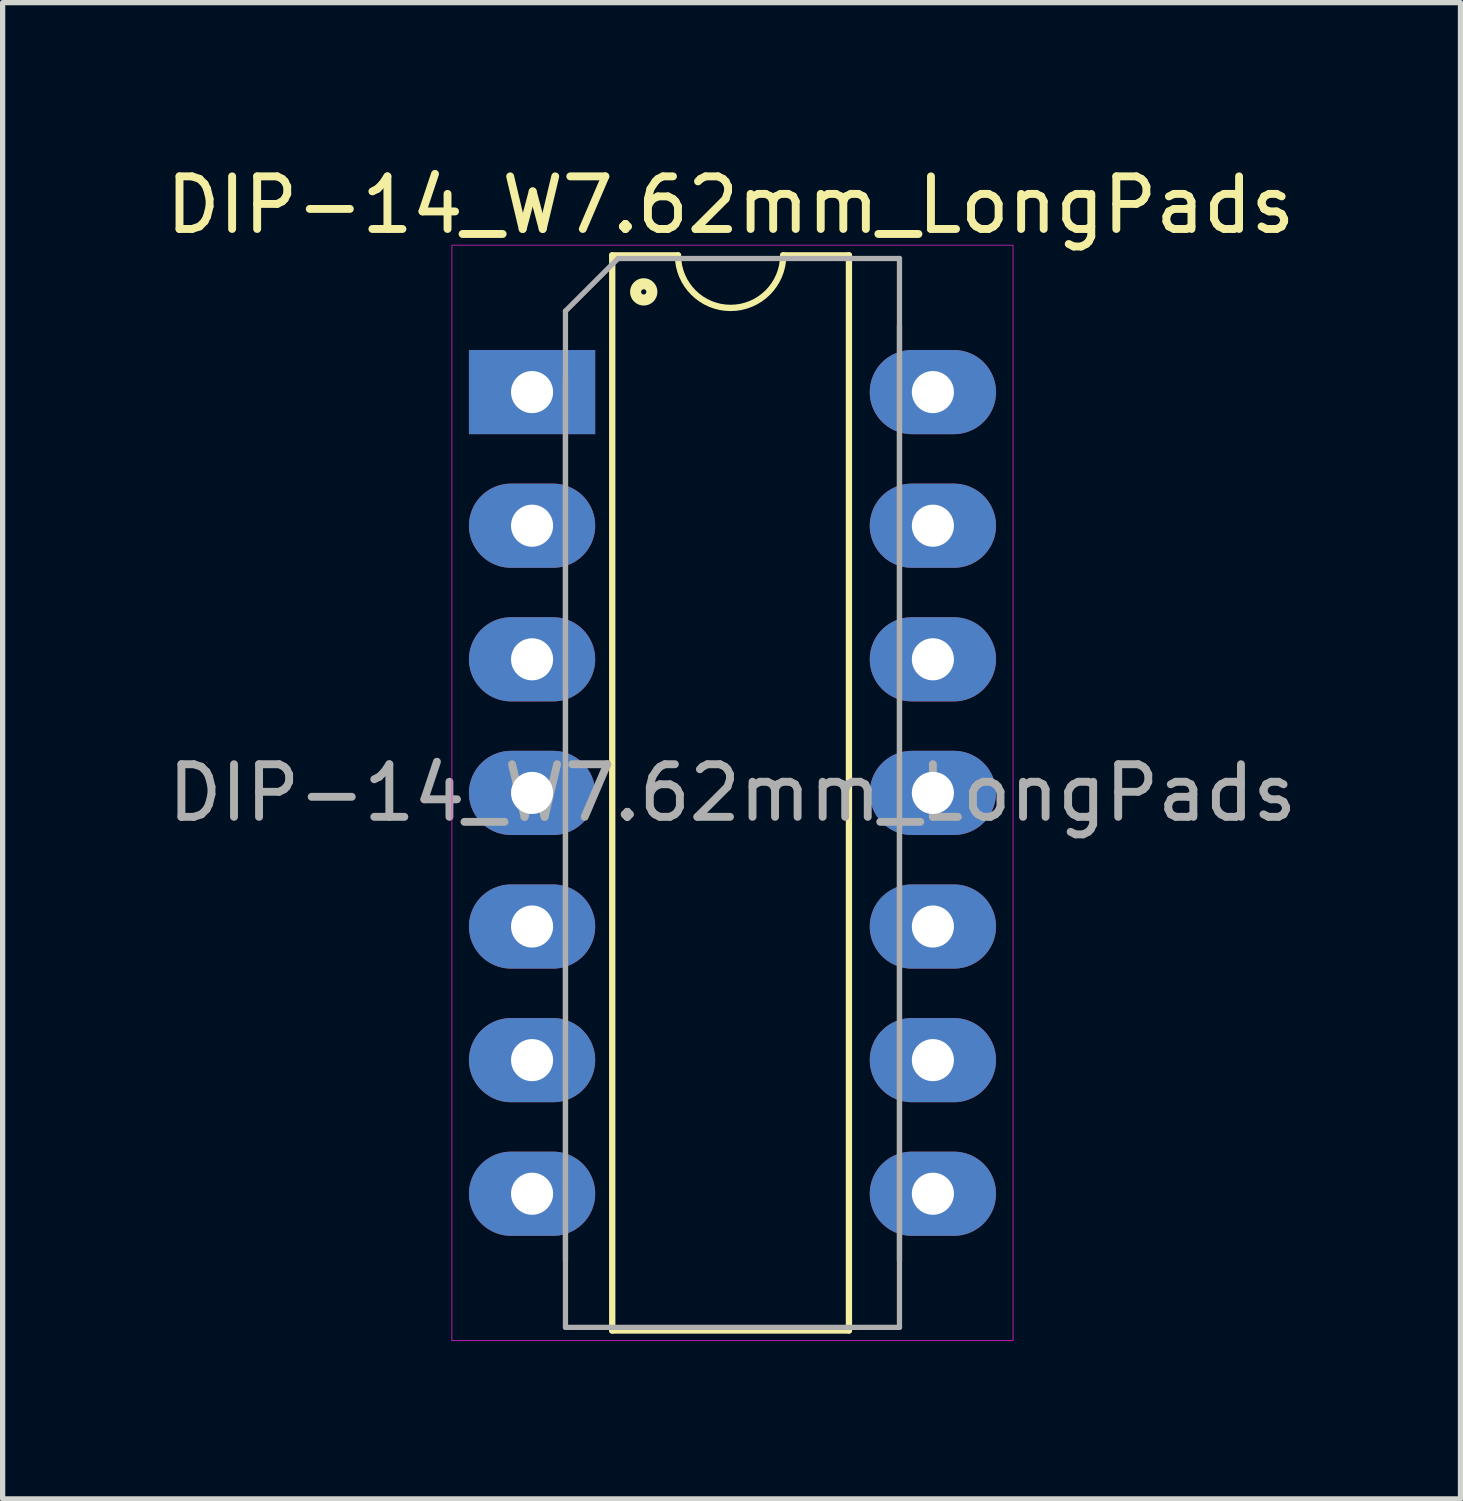
<source format=kicad_pcb>
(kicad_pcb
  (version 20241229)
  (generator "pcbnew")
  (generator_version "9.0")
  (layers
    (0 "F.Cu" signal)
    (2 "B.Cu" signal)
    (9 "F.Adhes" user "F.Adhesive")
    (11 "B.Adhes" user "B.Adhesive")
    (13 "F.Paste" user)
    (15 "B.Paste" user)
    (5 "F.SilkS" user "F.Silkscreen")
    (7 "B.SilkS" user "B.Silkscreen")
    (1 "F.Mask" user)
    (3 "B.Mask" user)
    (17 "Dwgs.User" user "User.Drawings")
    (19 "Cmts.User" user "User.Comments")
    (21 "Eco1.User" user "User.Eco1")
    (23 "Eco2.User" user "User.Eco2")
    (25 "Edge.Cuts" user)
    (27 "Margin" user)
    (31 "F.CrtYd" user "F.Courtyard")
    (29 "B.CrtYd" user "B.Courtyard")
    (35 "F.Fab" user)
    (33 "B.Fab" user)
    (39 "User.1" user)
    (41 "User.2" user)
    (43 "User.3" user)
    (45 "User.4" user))
  (footprint "DIP-14_W7.62mm_LongPads"
    (layer "F.Cu")
    (at 7.065 4.404)
    (property "Reference" "DIP-14_W7.62mm_LongPads" (at 3.774 -3.556 0) (layer "F.SilkS") (effects (font (size 1 1) (thickness 0.15))))
    (attr through_hole)
    (fp_line (start 1.524 -2.6) (end 1.524 17.84) (stroke (width 0.12) (type solid)) (layer "F.SilkS"))
    (fp_line (start 1.524 17.84) (end 6.024 17.84) (stroke (width 0.12) (type solid)) (layer "F.SilkS"))
    (fp_line (start 2.774 -2.6) (end 1.524 -2.6) (stroke (width 0.12) (type solid)) (layer "F.SilkS"))
    (fp_line (start 6.024 -2.6) (end 4.774 -2.6) (stroke (width 0.12) (type solid)) (layer "F.SilkS"))
    (fp_line (start 6.024 17.84) (end 6.024 -2.6) (stroke (width 0.12) (type solid)) (layer "F.SilkS"))
    (fp_arc (start 4.774 -2.6) (mid 3.774 -1.6) (end 2.774 -2.6) (stroke (width 0.12) (type solid)) (layer "F.SilkS"))
    (fp_circle (center 2.123 -1.905) (end 2.173 -1.905) (stroke (width 0.12) (type solid)) (fill no) (layer "F.SilkS"))
    (fp_circle (center 2.123 -1.905) (end 2.248 -1.905) (stroke (width 0.12) (type solid)) (fill no) (layer "F.SilkS"))
    (fp_circle (center 2.123 -1.905) (end 2.323 -1.905) (stroke (width 0.12) (type solid)) (fill no) (layer "F.SilkS"))
    (fp_rect (start -1.524 -2.794) (end 9.144 18.034) (stroke (width 0.013) (type solid)) (fill no) (layer "F.CrtYd"))
    (fp_line (start 0.635 -1.54) (end 1.635 -2.54) (stroke (width 0.1) (type solid)) (layer "F.Fab"))
    (fp_line (start 0.635 16.51) (end 0.635 -0.27) (stroke (width 0.1) (type solid)) (layer "F.Fab"))
    (fp_line (start 0.635 17.78) (end 0.635 -1.54) (stroke (width 0.1) (type solid)) (layer "F.Fab"))
    (fp_line (start 1.635 -2.54) (end 6.985 -2.54) (stroke (width 0.1) (type solid)) (layer "F.Fab"))
    (fp_line (start 6.985 -2.54) (end 6.985 17.78) (stroke (width 0.1) (type solid)) (layer "F.Fab"))
    (fp_line (start 6.985 -1.27) (end 6.985 16.51) (stroke (width 0.1) (type solid)) (layer "F.Fab"))
    (fp_line (start 6.985 17.78) (end 0.635 17.78) (stroke (width 0.1) (type solid)) (layer "F.Fab"))
    (fp_text user "${REFERENCE}" (at 3.81 7.62 0) (layer "F.Fab") (effects (font (size 1 1) (thickness 0.15))))
    (pad "1" thru_hole rect (at 0 0) (size 2.4 1.6) (drill 0.8) (layers "*.Cu" "*.Mask"))
    (pad "2" thru_hole oval (at 0 2.54) (size 2.4 1.6) (drill 0.8) (layers "*.Cu" "*.Mask"))
    (pad "3" thru_hole oval (at 0 5.08) (size 2.4 1.6) (drill 0.8) (layers "*.Cu" "*.Mask"))
    (pad "4" thru_hole oval (at 0 7.62) (size 2.4 1.6) (drill 0.8) (layers "*.Cu" "*.Mask"))
    (pad "5" thru_hole oval (at 0 10.16) (size 2.4 1.6) (drill 0.8) (layers "*.Cu" "*.Mask"))
    (pad "6" thru_hole oval (at 0 12.7) (size 2.4 1.6) (drill 0.8) (layers "*.Cu" "*.Mask"))
    (pad "7" thru_hole oval (at 0 15.24) (size 2.4 1.6) (drill 0.8) (layers "*.Cu" "*.Mask"))
    (pad "8" thru_hole oval (at 7.62 15.24) (size 2.4 1.6) (drill 0.8) (layers "*.Cu" "*.Mask"))
    (pad "9" thru_hole oval (at 7.62 12.7) (size 2.4 1.6) (drill 0.8) (layers "*.Cu" "*.Mask"))
    (pad "10" thru_hole oval (at 7.62 10.16) (size 2.4 1.6) (drill 0.8) (layers "*.Cu" "*.Mask"))
    (pad "11" thru_hole oval (at 7.62 7.62) (size 2.4 1.6) (drill 0.8) (layers "*.Cu" "*.Mask"))
    (pad "12" thru_hole oval (at 7.62 5.08) (size 2.4 1.6) (drill 0.8) (layers "*.Cu" "*.Mask"))
    (pad "13" thru_hole oval (at 7.62 2.54) (size 2.4 1.6) (drill 0.8) (layers "*.Cu" "*.Mask"))
    (pad "14" thru_hole oval (at 7.62 0) (size 2.4 1.6) (drill 0.8) (layers "*.Cu" "*.Mask")))
  (gr_rect
    (start -3 -3)
    (end 24.715 25.445)
    (stroke (width 0.1) (type default))
    (fill no)
    (layer "Edge.Cuts")))
</source>
